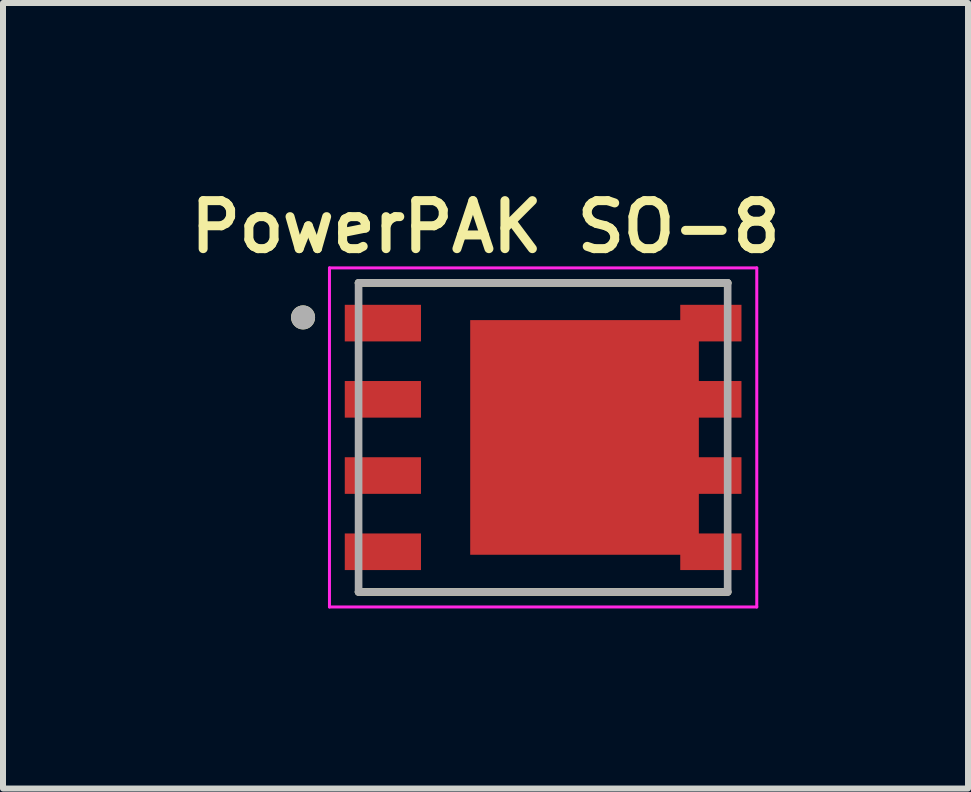
<source format=kicad_pcb>
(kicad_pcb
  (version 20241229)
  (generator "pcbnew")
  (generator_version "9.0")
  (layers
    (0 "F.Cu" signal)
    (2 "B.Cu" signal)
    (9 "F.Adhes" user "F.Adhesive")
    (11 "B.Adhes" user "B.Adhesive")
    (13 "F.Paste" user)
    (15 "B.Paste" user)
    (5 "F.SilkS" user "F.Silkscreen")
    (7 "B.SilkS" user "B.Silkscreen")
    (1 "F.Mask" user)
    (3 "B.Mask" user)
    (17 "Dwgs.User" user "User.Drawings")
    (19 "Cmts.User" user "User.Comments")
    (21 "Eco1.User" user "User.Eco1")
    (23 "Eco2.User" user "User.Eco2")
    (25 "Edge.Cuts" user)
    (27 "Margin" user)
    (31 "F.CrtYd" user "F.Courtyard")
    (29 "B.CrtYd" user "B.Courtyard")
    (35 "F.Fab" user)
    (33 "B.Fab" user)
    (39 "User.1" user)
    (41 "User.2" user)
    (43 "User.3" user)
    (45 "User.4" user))
  (footprint "PowerPAK SO-8"
    (layer "F.Cu")
    (at 6 4.239)
    (property "Reference" "PowerPAK SO-8" (at -0.96 -3.508 0) (layer "F.SilkS") (effects (font (size 0.8 0.8) (thickness 0.15))))
    (attr through_hole)
    (fp_line (start -3.075 2.575) (end 3.075 2.575) (stroke (width 0.127) (type solid)) (layer "F.SilkS"))
    (fp_line (start 3.075 -2.575) (end -3.075 -2.575) (stroke (width 0.127) (type solid)) (layer "F.SilkS"))
    (fp_circle (center -4 -2) (end -3.9 -2) (stroke (width 0.2) (type solid)) (fill no) (layer "F.SilkS"))
    (fp_poly (pts (xy -0.515 -1.235) (xy 1.895 -1.235) (xy 1.895 1.235) (xy -0.515 1.235)) (stroke (width 0.01) (type solid)) (fill yes) (layer "F.Paste"))
    (fp_line (start -3.56 -2.825) (end 3.56 -2.825) (stroke (width 0.05) (type solid)) (layer "F.CrtYd"))
    (fp_line (start -3.56 2.825) (end -3.56 -2.825) (stroke (width 0.05) (type solid)) (layer "F.CrtYd"))
    (fp_line (start 3.56 -2.825) (end 3.56 2.825) (stroke (width 0.05) (type solid)) (layer "F.CrtYd"))
    (fp_line (start 3.56 2.825) (end -3.56 2.825) (stroke (width 0.05) (type solid)) (layer "F.CrtYd"))
    (fp_line (start -3.075 -2.575) (end -3.075 2.575) (stroke (width 0.127) (type solid)) (layer "F.Fab"))
    (fp_line (start -3.075 2.575) (end 3.075 2.575) (stroke (width 0.127) (type solid)) (layer "F.Fab"))
    (fp_line (start 3.075 -2.575) (end -3.075 -2.575) (stroke (width 0.127) (type solid)) (layer "F.Fab"))
    (fp_line (start 3.075 2.575) (end 3.075 -2.575) (stroke (width 0.127) (type solid)) (layer "F.Fab"))
    (fp_circle (center -4 -2) (end -3.9 -2) (stroke (width 0.2) (type solid)) (fill no) (layer "F.Fab"))
    (pad "1" smd rect (at 0.69 0) (size 3.81 3.91) (layers "F.Cu" "F.Mask"))
    (pad "1" smd rect (at 2.795 -1.905) (size 1.02 0.61) (layers "F.Cu" "F.Mask" "F.Paste"))
    (pad "1" smd rect (at 2.795 -0.635) (size 1.02 0.61) (layers "F.Cu" "F.Mask" "F.Paste"))
    (pad "1" smd rect (at 2.795 0.635) (size 1.02 0.61) (layers "F.Cu" "F.Mask" "F.Paste"))
    (pad "1" smd rect (at 2.795 1.905) (size 1.02 0.61) (layers "F.Cu" "F.Mask" "F.Paste"))
    (pad "2" smd rect (at -2.67 -1.905) (size 1.27 0.61) (layers "F.Cu" "F.Mask" "F.Paste"))
    (pad "3" smd rect (at -2.67 -0.635) (size 1.27 0.61) (layers "F.Cu" "F.Mask" "F.Paste"))
    (pad "3" smd rect (at -2.67 0.635) (size 1.27 0.61) (layers "F.Cu" "F.Mask" "F.Paste"))
    (pad "3" smd rect (at -2.67 1.905) (size 1.27 0.61) (layers "F.Cu" "F.Mask" "F.Paste")))
  (gr_rect
    (start -3 -3)
    (end 13.08 10.089)
    (stroke (width 0.1) (type default))
    (fill no)
    (layer "Edge.Cuts")))
</source>
